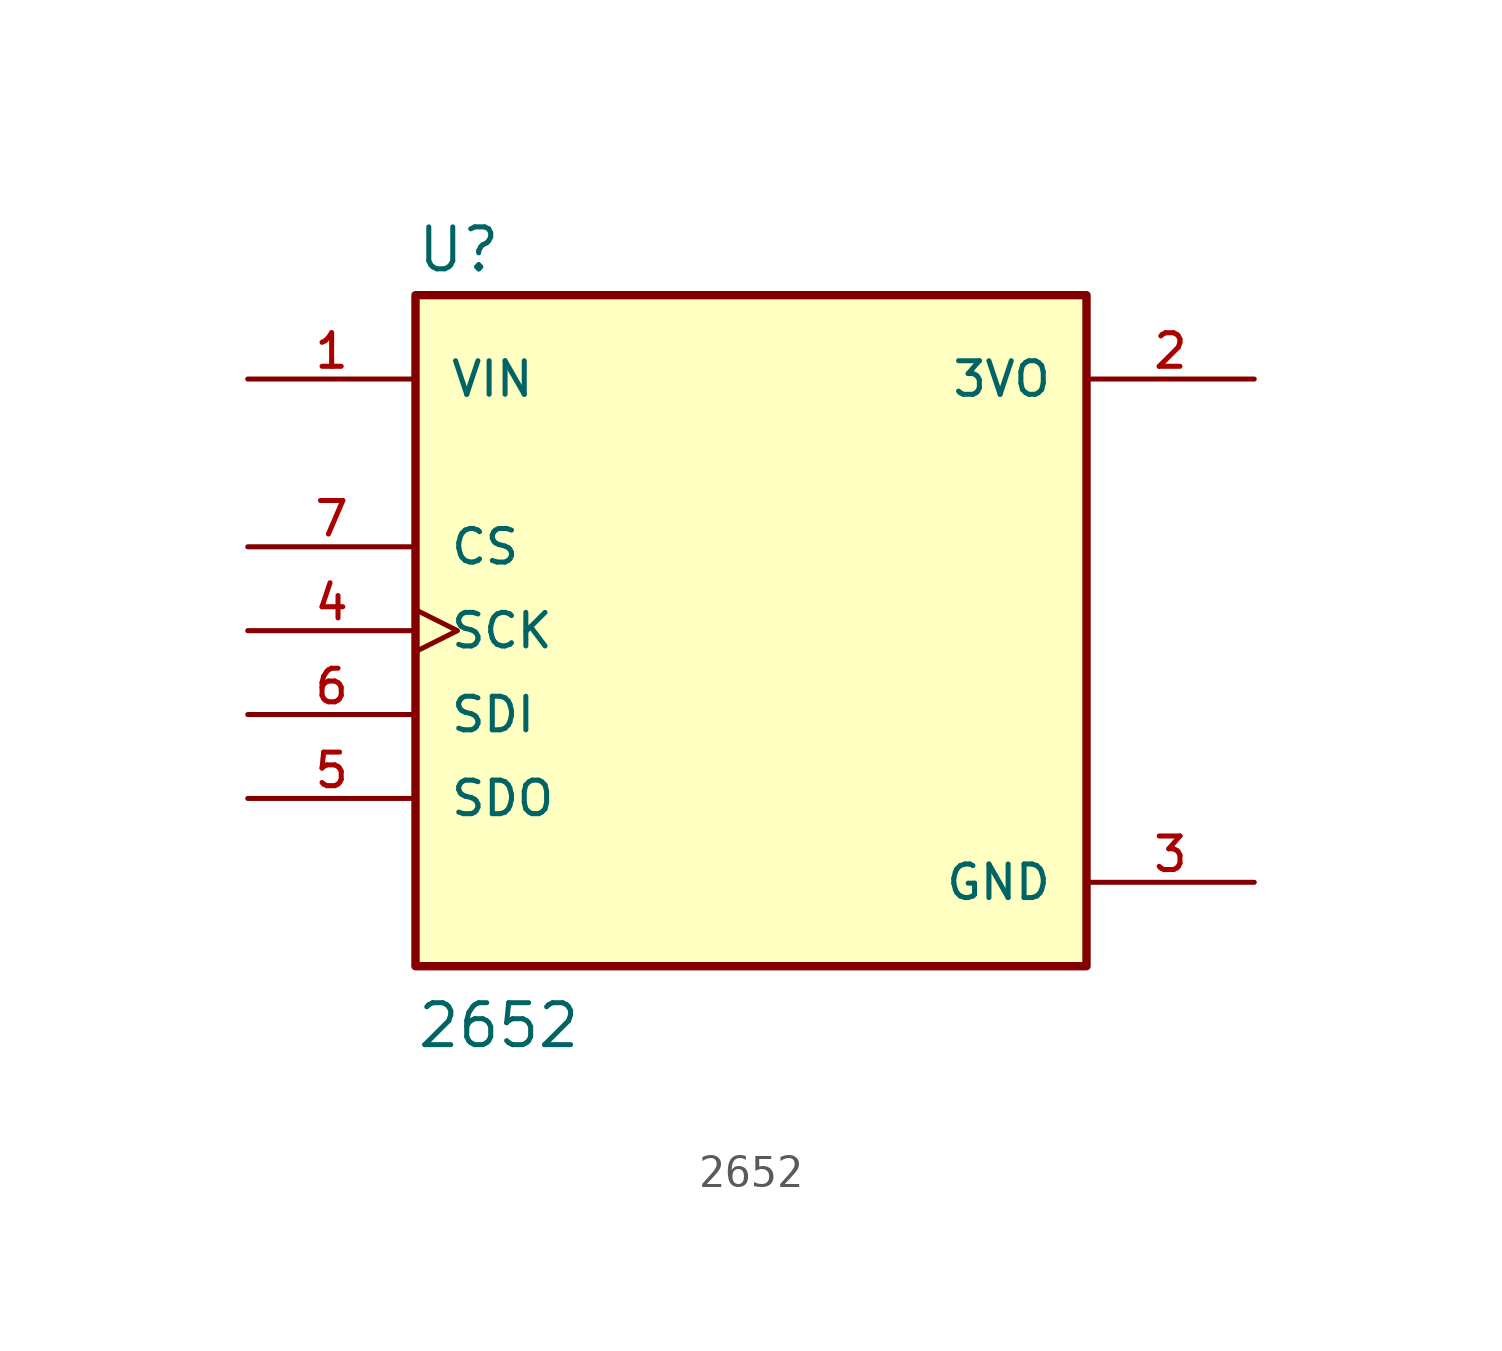
<source format=kicad_sym>
(kicad_symbol_lib
  (version 20211014)
  (generator kicad_symbol_editor)
  (symbol "2652"
    (pin_names
      (offset 1.016))
    (property "Reference" "U"
      (at -10.16 10.795 0)
      (effects (font (size 1.27 1.27)) (justify bottom left)))
    (property "Value" "2652"
      (at -10.16 -12.7 0)
      (effects (font (size 1.27 1.27)) (justify bottom left)))
    (symbol "2652_0_0"
      (rectangle (start -10.16 -10.16) (end 10.16 10.16) (stroke (width 0.254)) (fill (type background)))
      (pin output line (at -15.24 -5.08 0) (length 5.08) (name "SDO" (effects (font (size 1.016 1.016)))) (number "5" (effects (font (size 1.016 1.016)))))
      (pin input line (at -15.24 2.54 0) (length 5.08) (name "CS" (effects (font (size 1.016 1.016)))) (number "7" (effects (font (size 1.016 1.016)))))
      (pin input line (at -15.24 -2.54 0) (length 5.08) (name "SDI" (effects (font (size 1.016 1.016)))) (number "6" (effects (font (size 1.016 1.016)))))
      (pin input clock (at -15.24 0.0 0) (length 5.08) (name "SCK" (effects (font (size 1.016 1.016)))) (number "4" (effects (font (size 1.016 1.016)))))
      (pin power_in line (at 15.24 -7.62 180.0) (length 5.08) (name "GND" (effects (font (size 1.016 1.016)))) (number "3" (effects (font (size 1.016 1.016)))))
      (pin output line (at 15.24 7.62 180.0) (length 5.08) (name "3VO" (effects (font (size 1.016 1.016)))) (number "2" (effects (font (size 1.016 1.016)))))
      (pin input line (at -15.24 7.62 0) (length 5.08) (name "VIN" (effects (font (size 1.016 1.016)))) (number "1" (effects (font (size 1.016 1.016))))))))
</source>
